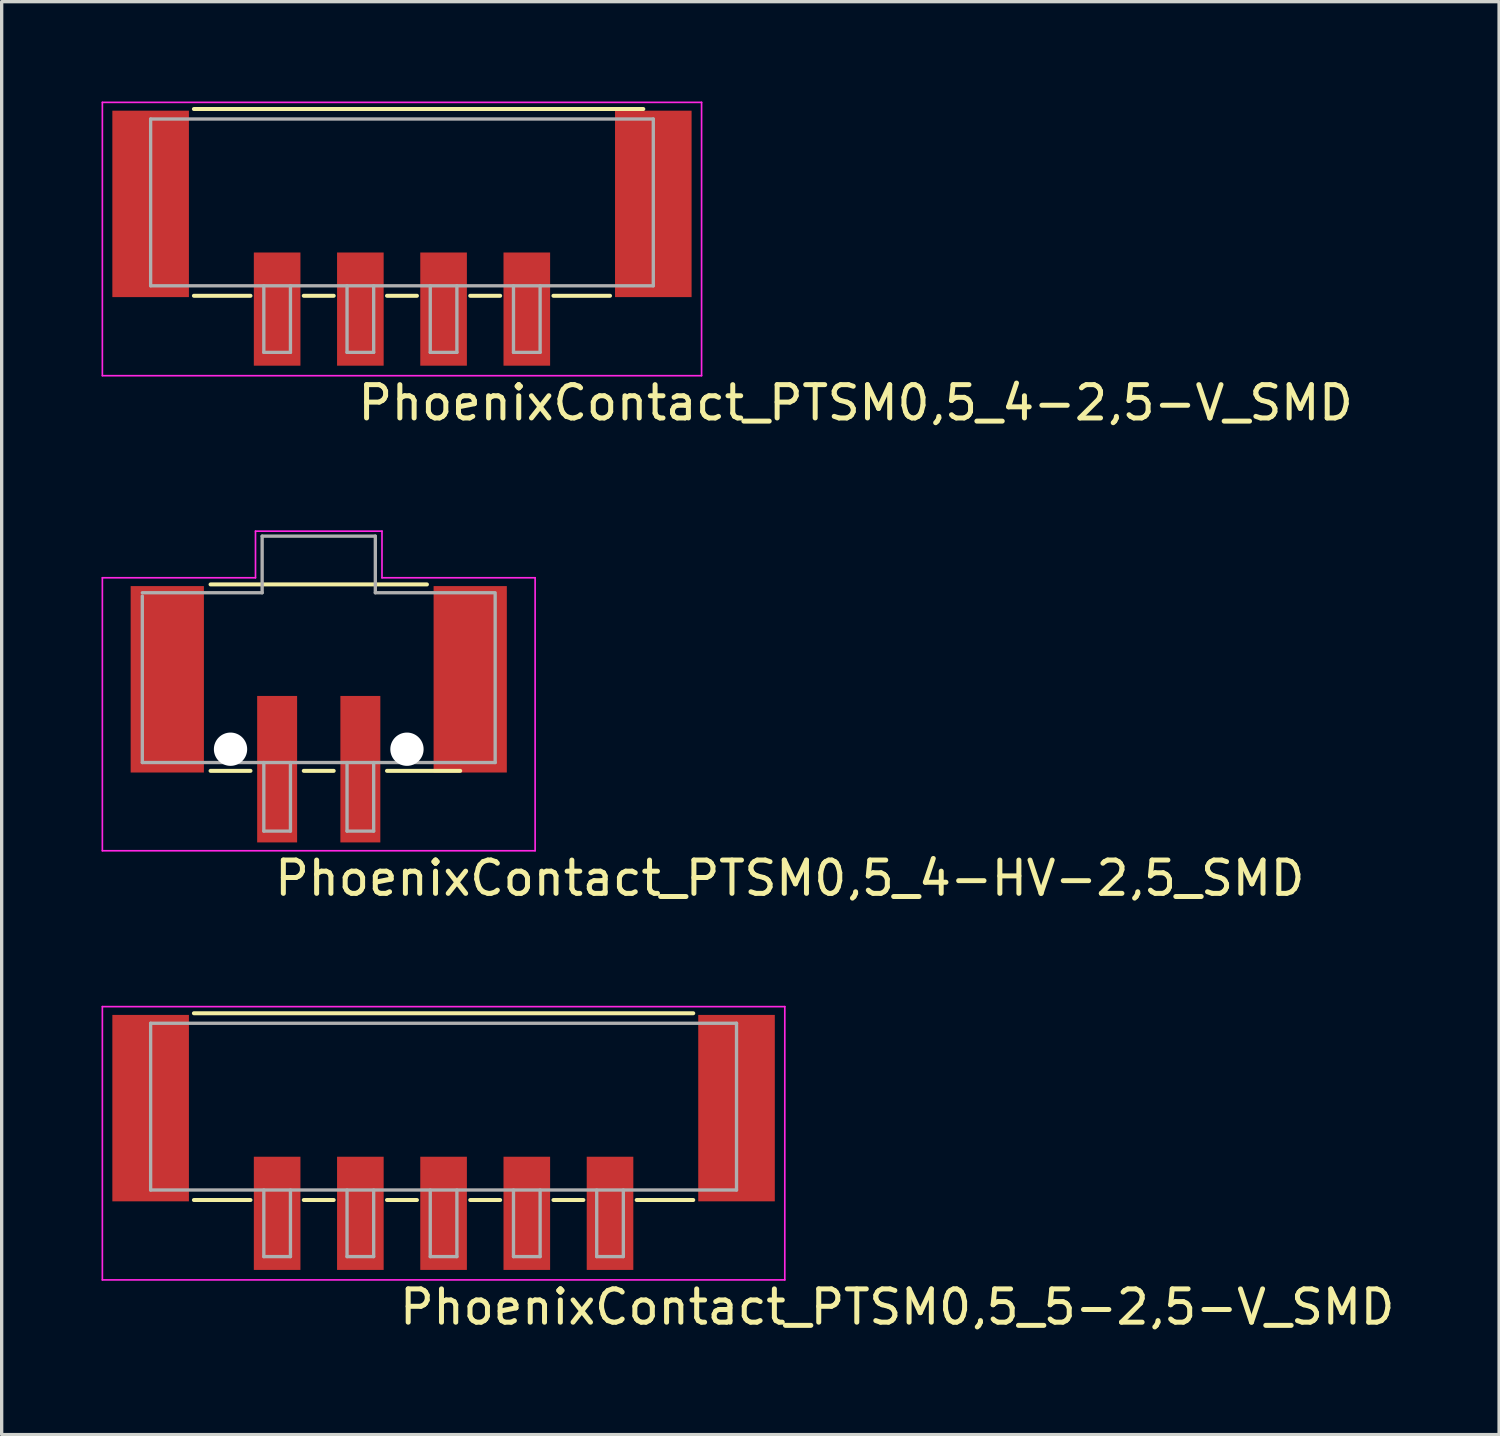
<source format=kicad_pcb>
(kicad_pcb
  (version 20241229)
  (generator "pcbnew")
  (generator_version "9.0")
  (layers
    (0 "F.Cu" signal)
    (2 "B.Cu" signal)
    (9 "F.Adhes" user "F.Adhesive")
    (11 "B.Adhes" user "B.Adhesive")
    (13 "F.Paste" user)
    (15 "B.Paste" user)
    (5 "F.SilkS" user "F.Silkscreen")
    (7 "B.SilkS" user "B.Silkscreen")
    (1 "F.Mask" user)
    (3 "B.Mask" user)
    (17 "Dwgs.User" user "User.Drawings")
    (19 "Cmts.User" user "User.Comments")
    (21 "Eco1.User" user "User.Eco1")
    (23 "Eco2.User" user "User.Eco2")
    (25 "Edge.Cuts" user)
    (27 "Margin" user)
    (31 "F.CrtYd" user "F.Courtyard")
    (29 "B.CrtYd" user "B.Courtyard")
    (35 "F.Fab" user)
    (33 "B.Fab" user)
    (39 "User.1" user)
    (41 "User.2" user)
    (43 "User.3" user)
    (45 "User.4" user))
  (footprint "PhoenixContact_PTSM0,5_4-HV-2,5_SMD"
    (layer "F.Cu")
    (at 6.525 18.706)
    (property "Reference" "PhoenixContact_PTSM0,5_4-HV-2,5_SMD" (at -1.4 5.21 0) (layer "F.SilkS") (effects (font (size 1 1) (thickness 0.15)) (justify left bottom)))
    (attr smd)
    (fp_line (start -3.25 -4.2) (end 3.25 -4.2) (stroke (width 0.12) (type solid)) (layer "F.SilkS"))
    (fp_line (start -2.05 1.4) (end -3.25 1.4) (stroke (width 0.12) (type solid)) (layer "F.SilkS"))
    (fp_line (start 0.45 1.4) (end -0.45 1.4) (stroke (width 0.12) (type solid)) (layer "F.SilkS"))
    (fp_line (start 4.25 1.4) (end 2.05 1.4) (stroke (width 0.12) (type solid)) (layer "F.SilkS"))
    (fp_line (start -6.5 -4.4) (end -1.9 -4.4) (stroke (width 0.05) (type solid)) (layer "F.CrtYd"))
    (fp_line (start -6.5 3.8) (end -6.5 -4.4) (stroke (width 0.05) (type solid)) (layer "F.CrtYd"))
    (fp_line (start -1.9 -5.8) (end 1.9 -5.8) (stroke (width 0.05) (type solid)) (layer "F.CrtYd"))
    (fp_line (start -1.9 -4.4) (end -1.9 -5.8) (stroke (width 0.05) (type solid)) (layer "F.CrtYd"))
    (fp_line (start 1.9 -4.4) (end 1.9 -5.8) (stroke (width 0.05) (type solid)) (layer "F.CrtYd"))
    (fp_line (start 6.5 -4.4) (end 1.9 -4.4) (stroke (width 0.05) (type solid)) (layer "F.CrtYd"))
    (fp_line (start 6.5 -4.4) (end 6.5 3.8) (stroke (width 0.05) (type solid)) (layer "F.CrtYd"))
    (fp_line (start 6.5 3.8) (end -6.5 3.8) (stroke (width 0.05) (type solid)) (layer "F.CrtYd"))
    (fp_line (start -5.3 -3.95) (end -1.7 -3.95) (stroke (width 0.1) (type solid)) (layer "F.Fab"))
    (fp_line (start -5.3 1.15) (end -5.3 -3.85) (stroke (width 0.1) (type solid)) (layer "F.Fab"))
    (fp_line (start -1.7 -5.65) (end 1.7 -5.65) (stroke (width 0.1) (type solid)) (layer "F.Fab"))
    (fp_line (start -1.7 -3.95) (end -1.7 -5.65) (stroke (width 0.1) (type solid)) (layer "F.Fab"))
    (fp_line (start -1.65 1.15) (end -1.65 3.21) (stroke (width 0.1) (type solid)) (layer "F.Fab"))
    (fp_line (start -1.65 3.21) (end -0.85 3.21) (stroke (width 0.1) (type solid)) (layer "F.Fab"))
    (fp_line (start -0.85 1.15) (end -0.85 3.21) (stroke (width 0.1) (type solid)) (layer "F.Fab"))
    (fp_line (start 0.85 1.15) (end 0.85 3.21) (stroke (width 0.1) (type solid)) (layer "F.Fab"))
    (fp_line (start 0.85 3.21) (end 1.65 3.21) (stroke (width 0.1) (type solid)) (layer "F.Fab"))
    (fp_line (start 1.65 1.15) (end 1.65 3.21) (stroke (width 0.1) (type solid)) (layer "F.Fab"))
    (fp_line (start 1.7 -5.65) (end 1.7 -3.95) (stroke (width 0.1) (type solid)) (layer "F.Fab"))
    (fp_line (start 1.7 -3.95) (end 5.3 -3.95) (stroke (width 0.1) (type solid)) (layer "F.Fab"))
    (fp_line (start 5.3 1.15) (end -5.3 1.15) (stroke (width 0.1) (type solid)) (layer "F.Fab"))
    (fp_line (start 5.3 1.15) (end 5.3 -3.9) (stroke (width 0.1) (type solid)) (layer "F.Fab"))
    (pad "" smd rect (at -4.55 -1.35 180) (size 2.2 5.6) (layers "F.Cu" "F.Mask" "F.Paste"))
    (pad "" np_thru_hole circle (at -2.65 0.75) (size 1 1) (drill 1) (layers "*.Cu" "*.Mask"))
    (pad "" np_thru_hole circle (at 2.65 0.75) (size 1 1) (drill 1) (layers "*.Cu" "*.Mask"))
    (pad "" smd rect (at 4.55 -1.35 180) (size 2.2 5.6) (layers "F.Cu" "F.Mask" "F.Paste"))
    (pad "1" smd rect (at -1.25 1.35 180) (size 1.2 4.4) (layers "F.Cu" "F.Mask" "F.Paste"))
    (pad "2" smd rect (at 1.25 1.35 180) (size 1.2 4.4) (layers "F.Cu" "F.Mask" "F.Paste")))
  (footprint "PhoenixContact_PTSM0,5_4-2,5-V_SMD"
    (layer "F.Cu")
    (at 9.025 4.655)
    (property "Reference" "PhoenixContact_PTSM0,5_4-2,5-V_SMD" (at -1.4 4.98 0) (layer "F.SilkS") (effects (font (size 1 1) (thickness 0.15)) (justify left bottom)))
    (attr smd)
    (fp_line (start -6.25 -4.43) (end 7.25 -4.43) (stroke (width 0.12) (type solid)) (layer "F.SilkS"))
    (fp_line (start -4.55 1.18) (end -6.25 1.18) (stroke (width 0.12) (type solid)) (layer "F.SilkS"))
    (fp_line (start -2.05 1.18) (end -2.95 1.18) (stroke (width 0.12) (type solid)) (layer "F.SilkS"))
    (fp_line (start 0.45 1.18) (end -0.45 1.18) (stroke (width 0.12) (type solid)) (layer "F.SilkS"))
    (fp_line (start 2.95 1.18) (end 2.05 1.18) (stroke (width 0.12) (type solid)) (layer "F.SilkS"))
    (fp_line (start 6.25 1.18) (end 4.55 1.18) (stroke (width 0.12) (type solid)) (layer "F.SilkS"))
    (fp_line (start -9 -4.63) (end 9 -4.63) (stroke (width 0.05) (type solid)) (layer "F.CrtYd"))
    (fp_line (start -9 3.58) (end -9 -4.63) (stroke (width 0.05) (type solid)) (layer "F.CrtYd"))
    (fp_line (start 9 -4.63) (end 9 3.58) (stroke (width 0.05) (type solid)) (layer "F.CrtYd"))
    (fp_line (start 9 3.58) (end -9 3.58) (stroke (width 0.05) (type solid)) (layer "F.CrtYd"))
    (fp_line (start -7.55 -4.13) (end 7.55 -4.13) (stroke (width 0.1) (type solid)) (layer "F.Fab"))
    (fp_line (start -7.55 0.88) (end -7.55 -4.13) (stroke (width 0.1) (type solid)) (layer "F.Fab"))
    (fp_line (start -4.15 0.88) (end -4.15 2.88) (stroke (width 0.1) (type solid)) (layer "F.Fab"))
    (fp_line (start -4.15 2.88) (end -3.35 2.88) (stroke (width 0.1) (type solid)) (layer "F.Fab"))
    (fp_line (start -3.35 0.88) (end -3.35 2.88) (stroke (width 0.1) (type solid)) (layer "F.Fab"))
    (fp_line (start -1.65 0.88) (end -1.65 2.88) (stroke (width 0.1) (type solid)) (layer "F.Fab"))
    (fp_line (start -1.65 2.88) (end -0.85 2.88) (stroke (width 0.1) (type solid)) (layer "F.Fab"))
    (fp_line (start -0.85 0.88) (end -0.85 2.88) (stroke (width 0.1) (type solid)) (layer "F.Fab"))
    (fp_line (start 0.85 0.88) (end 0.85 2.88) (stroke (width 0.1) (type solid)) (layer "F.Fab"))
    (fp_line (start 0.85 2.88) (end 1.65 2.88) (stroke (width 0.1) (type solid)) (layer "F.Fab"))
    (fp_line (start 1.65 0.88) (end 1.65 2.88) (stroke (width 0.1) (type solid)) (layer "F.Fab"))
    (fp_line (start 3.35 0.88) (end 3.35 2.88) (stroke (width 0.1) (type solid)) (layer "F.Fab"))
    (fp_line (start 3.35 2.88) (end 4.15 2.88) (stroke (width 0.1) (type solid)) (layer "F.Fab"))
    (fp_line (start 4.15 0.88) (end 4.15 2.88) (stroke (width 0.1) (type solid)) (layer "F.Fab"))
    (fp_line (start 7.55 0.88) (end -7.55 0.88) (stroke (width 0.1) (type solid)) (layer "F.Fab"))
    (fp_line (start 7.55 0.88) (end 7.55 -4.13) (stroke (width 0.1) (type solid)) (layer "F.Fab"))
    (pad "" smd rect (at -7.55 -1.58 180) (size 2.3 5.6) (layers "F.Cu" "F.Mask" "F.Paste"))
    (pad "" smd rect (at 7.55 -1.58 180) (size 2.3 5.6) (layers "F.Cu" "F.Mask" "F.Paste"))
    (pad "1" smd rect (at -3.75 1.58 180) (size 1.4 3.4) (layers "F.Cu" "F.Mask" "F.Paste"))
    (pad "2" smd rect (at -1.25 1.58 180) (size 1.4 3.4) (layers "F.Cu" "F.Mask" "F.Paste"))
    (pad "3" smd rect (at 1.25 1.58 180) (size 1.4 3.4) (layers "F.Cu" "F.Mask" "F.Paste"))
    (pad "4" smd rect (at 3.75 1.58 180) (size 1.4 3.4) (layers "F.Cu" "F.Mask" "F.Paste")))
  (footprint "PhoenixContact_PTSM0,5_5-2,5-V_SMD"
    (layer "F.Cu")
    (at 10.275 31.818)
    (property "Reference" "PhoenixContact_PTSM0,5_5-2,5-V_SMD" (at -1.4 4.98 0) (layer "F.SilkS") (effects (font (size 1 1) (thickness 0.15)) (justify left bottom)))
    (attr smd)
    (fp_line (start -7.5 -4.43) (end 7.5 -4.43) (stroke (width 0.12) (type solid)) (layer "F.SilkS"))
    (fp_line (start -5.8 1.18) (end -7.5 1.18) (stroke (width 0.12) (type solid)) (layer "F.SilkS"))
    (fp_line (start -3.3 1.18) (end -4.2 1.18) (stroke (width 0.12) (type solid)) (layer "F.SilkS"))
    (fp_line (start -0.8 1.18) (end -1.7 1.18) (stroke (width 0.12) (type solid)) (layer "F.SilkS"))
    (fp_line (start 1.7 1.18) (end 0.8 1.18) (stroke (width 0.12) (type solid)) (layer "F.SilkS"))
    (fp_line (start 4.2 1.18) (end 3.3 1.18) (stroke (width 0.12) (type solid)) (layer "F.SilkS"))
    (fp_line (start 7.5 1.18) (end 5.8 1.18) (stroke (width 0.12) (type solid)) (layer "F.SilkS"))
    (fp_line (start -10.25 -4.63) (end 10.25 -4.63) (stroke (width 0.05) (type solid)) (layer "F.CrtYd"))
    (fp_line (start -10.25 3.58) (end -10.25 -4.63) (stroke (width 0.05) (type solid)) (layer "F.CrtYd"))
    (fp_line (start 10.25 -4.63) (end 10.25 3.58) (stroke (width 0.05) (type solid)) (layer "F.CrtYd"))
    (fp_line (start 10.25 3.58) (end -10.25 3.58) (stroke (width 0.05) (type solid)) (layer "F.CrtYd"))
    (fp_line (start -8.8 -4.13) (end 8.8 -4.13) (stroke (width 0.1) (type solid)) (layer "F.Fab"))
    (fp_line (start -8.8 0.88) (end -8.8 -4.13) (stroke (width 0.1) (type solid)) (layer "F.Fab"))
    (fp_line (start -5.4 0.88) (end -5.4 2.88) (stroke (width 0.1) (type solid)) (layer "F.Fab"))
    (fp_line (start -5.4 2.88) (end -4.6 2.88) (stroke (width 0.1) (type solid)) (layer "F.Fab"))
    (fp_line (start -4.6 0.88) (end -4.6 2.88) (stroke (width 0.1) (type solid)) (layer "F.Fab"))
    (fp_line (start -2.9 0.88) (end -2.9 2.88) (stroke (width 0.1) (type solid)) (layer "F.Fab"))
    (fp_line (start -2.9 2.88) (end -2.1 2.88) (stroke (width 0.1) (type solid)) (layer "F.Fab"))
    (fp_line (start -2.1 0.88) (end -2.1 2.88) (stroke (width 0.1) (type solid)) (layer "F.Fab"))
    (fp_line (start -0.4 0.88) (end -0.4 2.88) (stroke (width 0.1) (type solid)) (layer "F.Fab"))
    (fp_line (start -0.4 2.88) (end 0.4 2.88) (stroke (width 0.1) (type solid)) (layer "F.Fab"))
    (fp_line (start 0.4 0.88) (end 0.4 2.88) (stroke (width 0.1) (type solid)) (layer "F.Fab"))
    (fp_line (start 2.1 0.88) (end 2.1 2.88) (stroke (width 0.1) (type solid)) (layer "F.Fab"))
    (fp_line (start 2.1 2.88) (end 2.9 2.88) (stroke (width 0.1) (type solid)) (layer "F.Fab"))
    (fp_line (start 2.9 0.88) (end 2.9 2.88) (stroke (width 0.1) (type solid)) (layer "F.Fab"))
    (fp_line (start 4.6 0.88) (end 4.6 2.88) (stroke (width 0.1) (type solid)) (layer "F.Fab"))
    (fp_line (start 4.6 2.88) (end 5.4 2.88) (stroke (width 0.1) (type solid)) (layer "F.Fab"))
    (fp_line (start 5.4 0.88) (end 5.4 2.88) (stroke (width 0.1) (type solid)) (layer "F.Fab"))
    (fp_line (start 8.8 0.88) (end -8.8 0.88) (stroke (width 0.1) (type solid)) (layer "F.Fab"))
    (fp_line (start 8.8 0.88) (end 8.8 -4.13) (stroke (width 0.1) (type solid)) (layer "F.Fab"))
    (pad "" smd rect (at -8.8 -1.58 180) (size 2.3 5.6) (layers "F.Cu" "F.Mask" "F.Paste"))
    (pad "" smd rect (at 8.8 -1.58 180) (size 2.3 5.6) (layers "F.Cu" "F.Mask" "F.Paste"))
    (pad "1" smd rect (at -5 1.58 180) (size 1.4 3.4) (layers "F.Cu" "F.Mask" "F.Paste"))
    (pad "2" smd rect (at -2.5 1.58 180) (size 1.4 3.4) (layers "F.Cu" "F.Mask" "F.Paste"))
    (pad "3" smd rect (at 0 1.58 180) (size 1.4 3.4) (layers "F.Cu" "F.Mask" "F.Paste"))
    (pad "4" smd rect (at 2.5 1.58 180) (size 1.4 3.4) (layers "F.Cu" "F.Mask" "F.Paste"))
    (pad "5" smd rect (at 5 1.58 180) (size 1.4 3.4) (layers "F.Cu" "F.Mask" "F.Paste")))
  (gr_rect
    (start -3 -3)
    (end 41.982 40.044)
    (stroke (width 0.1) (type default))
    (fill no)
    (layer "Edge.Cuts")))
</source>
